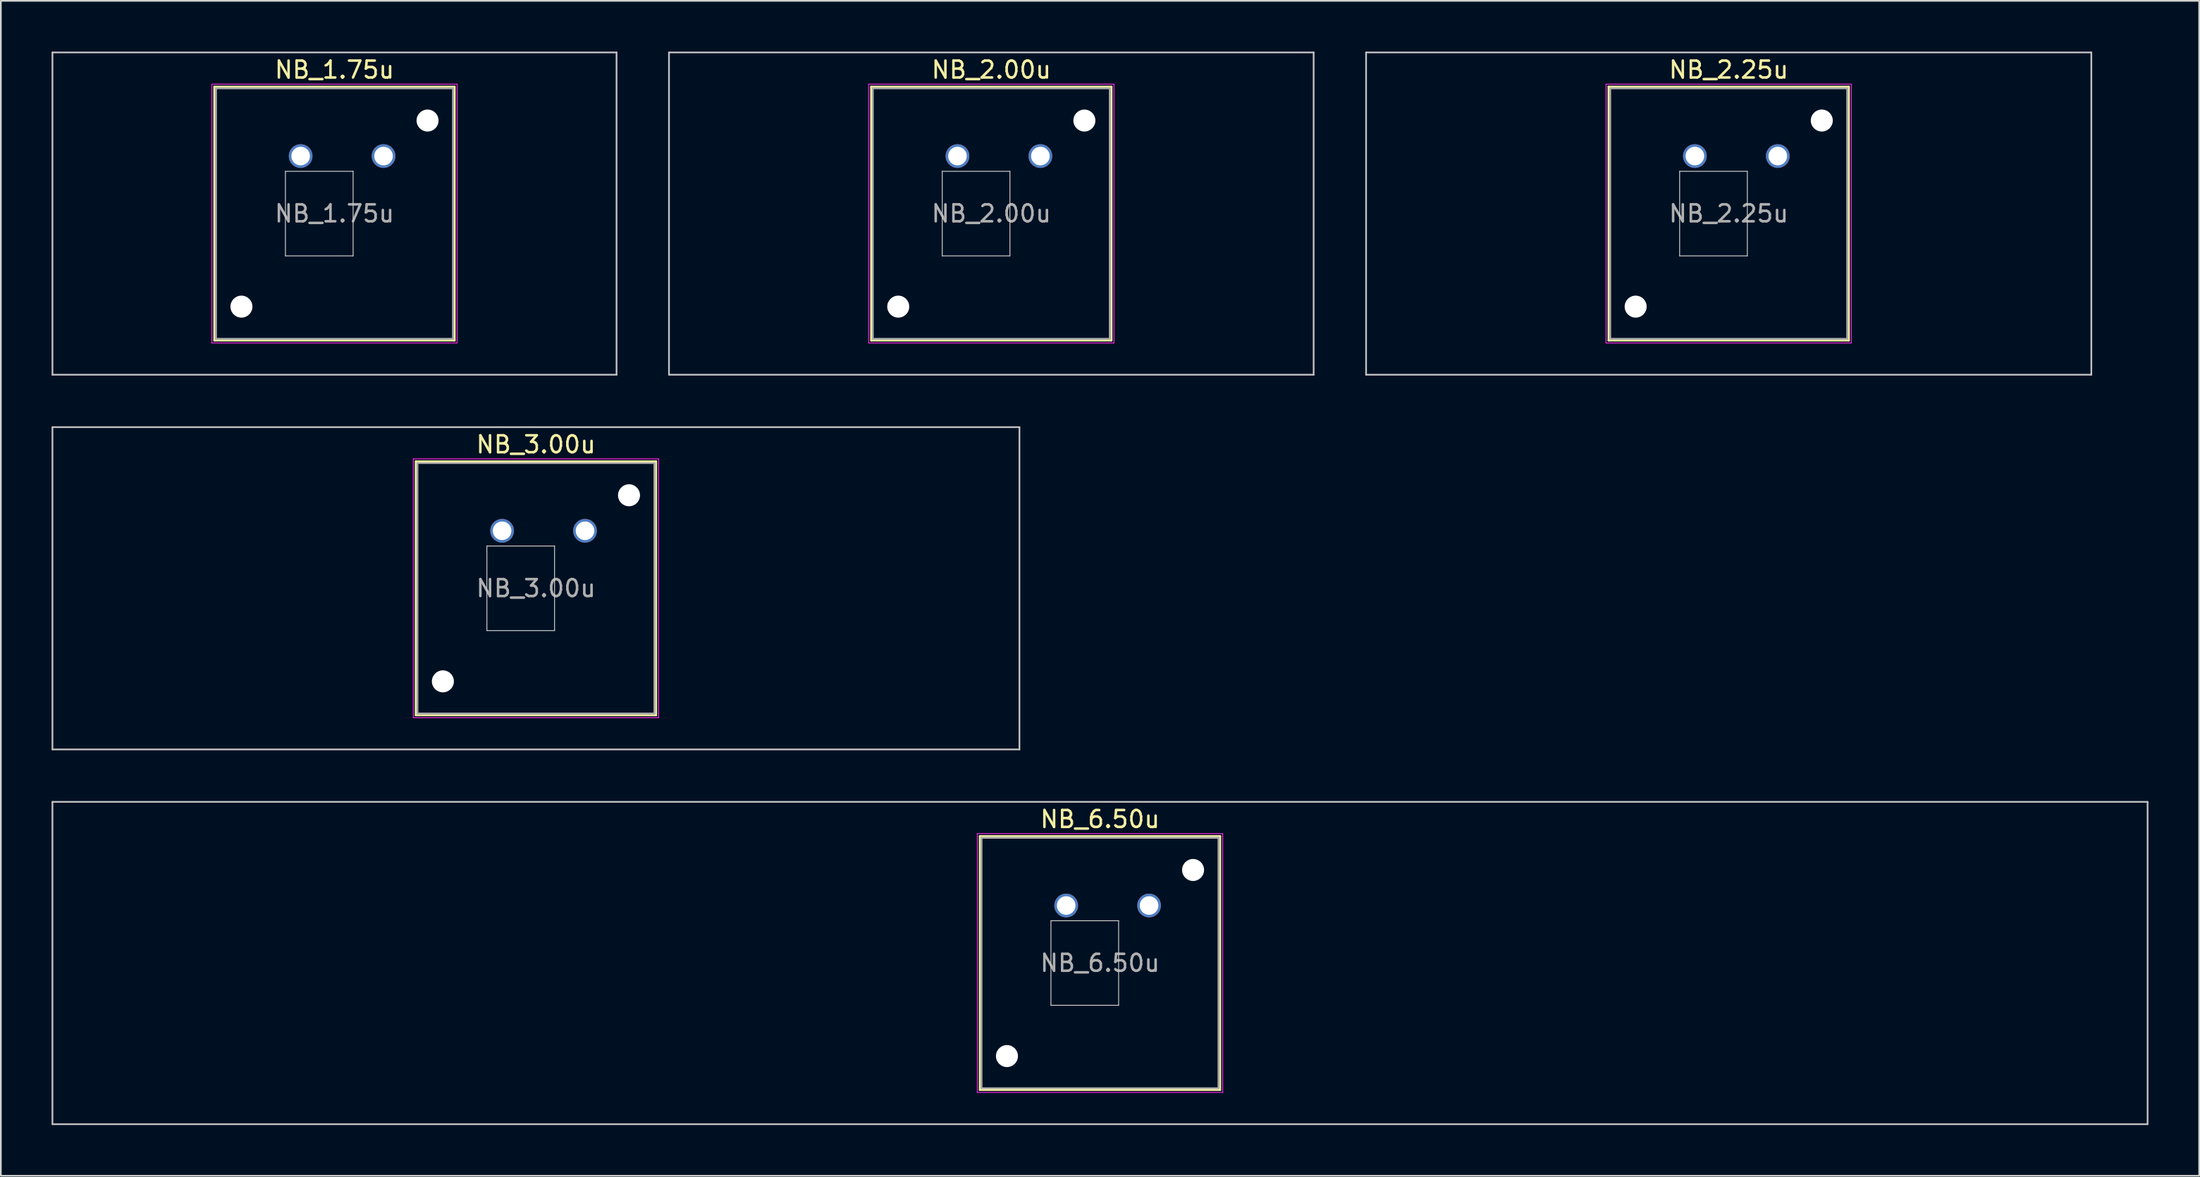
<source format=kicad_pcb>
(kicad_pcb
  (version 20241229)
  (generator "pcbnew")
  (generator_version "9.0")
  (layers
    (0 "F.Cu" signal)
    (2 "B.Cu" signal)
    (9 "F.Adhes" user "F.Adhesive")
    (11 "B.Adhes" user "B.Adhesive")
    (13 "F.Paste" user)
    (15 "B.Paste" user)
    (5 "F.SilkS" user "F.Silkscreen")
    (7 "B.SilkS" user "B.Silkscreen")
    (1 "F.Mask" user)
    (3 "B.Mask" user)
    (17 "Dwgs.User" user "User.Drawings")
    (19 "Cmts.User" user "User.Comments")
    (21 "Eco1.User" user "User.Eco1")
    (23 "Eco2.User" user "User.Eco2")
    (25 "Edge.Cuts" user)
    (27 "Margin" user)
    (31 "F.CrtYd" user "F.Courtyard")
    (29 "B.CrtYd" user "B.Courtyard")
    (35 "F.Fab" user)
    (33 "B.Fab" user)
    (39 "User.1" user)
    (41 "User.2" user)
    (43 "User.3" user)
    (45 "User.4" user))
  (footprint "NB_1.75u"
    (layer "F.Cu")
    (at 16.719 9.575)
    (property "Reference" "NB_1.75u" (at 0 -8.5 0) (layer "F.SilkS") (effects (font (size 1 1) (thickness 0.15))))
    (attr through_hole)
    (fp_line (start -7.1 -7.5) (end -7.1 7.5) (stroke (width 0.12) (type solid)) (layer "F.SilkS"))
    (fp_line (start -7.1 7.5) (end 7.1 7.5) (stroke (width 0.12) (type solid)) (layer "F.SilkS"))
    (fp_line (start 7.1 -7.5) (end -7.1 -7.5) (stroke (width 0.12) (type solid)) (layer "F.SilkS"))
    (fp_line (start 7.1 7.5) (end 7.1 -7.5) (stroke (width 0.12) (type solid)) (layer "F.SilkS"))
    (fp_line (start -16.669 -9.525) (end -16.669 9.525) (stroke (width 0.1) (type solid)) (layer "Dwgs.User"))
    (fp_line (start -16.669 9.525) (end 16.669 9.525) (stroke (width 0.1) (type solid)) (layer "Dwgs.User"))
    (fp_line (start 16.669 -9.525) (end -16.669 -9.525) (stroke (width 0.1) (type solid)) (layer "Dwgs.User"))
    (fp_line (start 16.669 9.525) (end 16.669 -9.525) (stroke (width 0.1) (type solid)) (layer "Dwgs.User"))
    (fp_line (start -8 -8) (end -8 8) (stroke (width 0.1) (type solid)) (layer "Eco1.User"))
    (fp_line (start -8 8) (end 8 8) (stroke (width 0.1) (type solid)) (layer "Eco1.User"))
    (fp_line (start 8 -8) (end -8 -8) (stroke (width 0.1) (type solid)) (layer "Eco1.User"))
    (fp_line (start 8 8) (end 8 -8) (stroke (width 0.1) (type solid)) (layer "Eco1.User"))
    (fp_line (start -2.9 -2.5) (end 1.1 -2.5) (stroke (width 0.05) (type solid)) (layer "Edge.Cuts"))
    (fp_line (start -2.9 2.5) (end -2.9 -2.5) (stroke (width 0.05) (type solid)) (layer "Edge.Cuts"))
    (fp_line (start 1.1 -2.5) (end 1.1 2.5) (stroke (width 0.05) (type solid)) (layer "Edge.Cuts"))
    (fp_line (start 1.1 2.5) (end -2.9 2.5) (stroke (width 0.05) (type solid)) (layer "Edge.Cuts"))
    (fp_line (start -7.25 -7.65) (end -7.25 7.65) (stroke (width 0.05) (type solid)) (layer "F.CrtYd"))
    (fp_line (start -7.25 7.65) (end 7.25 7.65) (stroke (width 0.05) (type solid)) (layer "F.CrtYd"))
    (fp_line (start 7.25 -7.65) (end -7.25 -7.65) (stroke (width 0.05) (type solid)) (layer "F.CrtYd"))
    (fp_line (start 7.25 7.65) (end 7.25 -7.65) (stroke (width 0.05) (type solid)) (layer "F.CrtYd"))
    (fp_line (start -7 -7.4) (end -7 7.4) (stroke (width 0.1) (type solid)) (layer "F.Fab"))
    (fp_line (start -7 7.4) (end 7 7.4) (stroke (width 0.1) (type solid)) (layer "F.Fab"))
    (fp_line (start 7 -7.4) (end -7 -7.4) (stroke (width 0.1) (type solid)) (layer "F.Fab"))
    (fp_line (start 7 7.4) (end 7 -7.4) (stroke (width 0.1) (type solid)) (layer "F.Fab"))
    (fp_text user "${REFERENCE}" (at 0 0 0) (layer "F.Fab") (effects (font (size 1 1) (thickness 0.15))))
    (pad "" np_thru_hole circle (at -5.5 5.5) (size 1.3 1.3) (drill 1.3) (layers "*.Cu" "*.Mask"))
    (pad "" np_thru_hole circle (at 5.5 -5.5) (size 1.3 1.3) (drill 1.3) (layers "*.Cu" "*.Mask"))
    (pad "1" thru_hole circle (at -2 -3.4) (size 1.4 1.4) (drill 1.1) (layers "*.Cu" "*.Mask"))
    (pad "2" thru_hole circle (at 2.9 -3.4) (size 1.4 1.4) (drill 1.1) (layers "*.Cu" "*.Mask")))
  (footprint "NB_6.50u"
    (layer "F.Cu")
    (at 61.962 53.875)
    (property "Reference" "NB_6.50u" (at 0 -8.5 0) (layer "F.SilkS") (effects (font (size 1 1) (thickness 0.15))))
    (attr through_hole)
    (fp_line (start -7.1 -7.5) (end -7.1 7.5) (stroke (width 0.12) (type solid)) (layer "F.SilkS"))
    (fp_line (start -7.1 7.5) (end 7.1 7.5) (stroke (width 0.12) (type solid)) (layer "F.SilkS"))
    (fp_line (start 7.1 -7.5) (end -7.1 -7.5) (stroke (width 0.12) (type solid)) (layer "F.SilkS"))
    (fp_line (start 7.1 7.5) (end 7.1 -7.5) (stroke (width 0.12) (type solid)) (layer "F.SilkS"))
    (fp_line (start -61.913 -9.525) (end -61.913 9.525) (stroke (width 0.1) (type solid)) (layer "Dwgs.User"))
    (fp_line (start -61.913 9.525) (end 61.913 9.525) (stroke (width 0.1) (type solid)) (layer "Dwgs.User"))
    (fp_line (start 61.913 -9.525) (end -61.913 -9.525) (stroke (width 0.1) (type solid)) (layer "Dwgs.User"))
    (fp_line (start 61.913 9.525) (end 61.913 -9.525) (stroke (width 0.1) (type solid)) (layer "Dwgs.User"))
    (fp_line (start -8 -8) (end -8 8) (stroke (width 0.1) (type solid)) (layer "Eco1.User"))
    (fp_line (start -8 8) (end 8 8) (stroke (width 0.1) (type solid)) (layer "Eco1.User"))
    (fp_line (start 8 -8) (end -8 -8) (stroke (width 0.1) (type solid)) (layer "Eco1.User"))
    (fp_line (start 8 8) (end 8 -8) (stroke (width 0.1) (type solid)) (layer "Eco1.User"))
    (fp_line (start -2.9 -2.5) (end 1.1 -2.5) (stroke (width 0.05) (type solid)) (layer "Edge.Cuts"))
    (fp_line (start -2.9 2.5) (end -2.9 -2.5) (stroke (width 0.05) (type solid)) (layer "Edge.Cuts"))
    (fp_line (start 1.1 -2.5) (end 1.1 2.5) (stroke (width 0.05) (type solid)) (layer "Edge.Cuts"))
    (fp_line (start 1.1 2.5) (end -2.9 2.5) (stroke (width 0.05) (type solid)) (layer "Edge.Cuts"))
    (fp_line (start -7.25 -7.65) (end -7.25 7.65) (stroke (width 0.05) (type solid)) (layer "F.CrtYd"))
    (fp_line (start -7.25 7.65) (end 7.25 7.65) (stroke (width 0.05) (type solid)) (layer "F.CrtYd"))
    (fp_line (start 7.25 -7.65) (end -7.25 -7.65) (stroke (width 0.05) (type solid)) (layer "F.CrtYd"))
    (fp_line (start 7.25 7.65) (end 7.25 -7.65) (stroke (width 0.05) (type solid)) (layer "F.CrtYd"))
    (fp_line (start -7 -7.4) (end -7 7.4) (stroke (width 0.1) (type solid)) (layer "F.Fab"))
    (fp_line (start -7 7.4) (end 7 7.4) (stroke (width 0.1) (type solid)) (layer "F.Fab"))
    (fp_line (start 7 -7.4) (end -7 -7.4) (stroke (width 0.1) (type solid)) (layer "F.Fab"))
    (fp_line (start 7 7.4) (end 7 -7.4) (stroke (width 0.1) (type solid)) (layer "F.Fab"))
    (fp_text user "${REFERENCE}" (at 0 0 0) (layer "F.Fab") (effects (font (size 1 1) (thickness 0.15))))
    (pad "" np_thru_hole circle (at -5.5 5.5) (size 1.3 1.3) (drill 1.3) (layers "*.Cu" "*.Mask"))
    (pad "" np_thru_hole circle (at 5.5 -5.5) (size 1.3 1.3) (drill 1.3) (layers "*.Cu" "*.Mask"))
    (pad "1" thru_hole circle (at -2 -3.4) (size 1.4 1.4) (drill 1.1) (layers "*.Cu" "*.Mask"))
    (pad "2" thru_hole circle (at 2.9 -3.4) (size 1.4 1.4) (drill 1.1) (layers "*.Cu" "*.Mask")))
  (footprint "NB_2.00u"
    (layer "F.Cu")
    (at 55.538 9.575)
    (property "Reference" "NB_2.00u" (at 0 -8.5 0) (layer "F.SilkS") (effects (font (size 1 1) (thickness 0.15))))
    (attr through_hole)
    (fp_line (start -7.1 -7.5) (end -7.1 7.5) (stroke (width 0.12) (type solid)) (layer "F.SilkS"))
    (fp_line (start -7.1 7.5) (end 7.1 7.5) (stroke (width 0.12) (type solid)) (layer "F.SilkS"))
    (fp_line (start 7.1 -7.5) (end -7.1 -7.5) (stroke (width 0.12) (type solid)) (layer "F.SilkS"))
    (fp_line (start 7.1 7.5) (end 7.1 -7.5) (stroke (width 0.12) (type solid)) (layer "F.SilkS"))
    (fp_line (start -19.05 -9.525) (end -19.05 9.525) (stroke (width 0.1) (type solid)) (layer "Dwgs.User"))
    (fp_line (start -19.05 9.525) (end 19.05 9.525) (stroke (width 0.1) (type solid)) (layer "Dwgs.User"))
    (fp_line (start 19.05 -9.525) (end -19.05 -9.525) (stroke (width 0.1) (type solid)) (layer "Dwgs.User"))
    (fp_line (start 19.05 9.525) (end 19.05 -9.525) (stroke (width 0.1) (type solid)) (layer "Dwgs.User"))
    (fp_line (start -8 -8) (end -8 8) (stroke (width 0.1) (type solid)) (layer "Eco1.User"))
    (fp_line (start -8 8) (end 8 8) (stroke (width 0.1) (type solid)) (layer "Eco1.User"))
    (fp_line (start 8 -8) (end -8 -8) (stroke (width 0.1) (type solid)) (layer "Eco1.User"))
    (fp_line (start 8 8) (end 8 -8) (stroke (width 0.1) (type solid)) (layer "Eco1.User"))
    (fp_line (start -2.9 -2.5) (end 1.1 -2.5) (stroke (width 0.05) (type solid)) (layer "Edge.Cuts"))
    (fp_line (start -2.9 2.5) (end -2.9 -2.5) (stroke (width 0.05) (type solid)) (layer "Edge.Cuts"))
    (fp_line (start 1.1 -2.5) (end 1.1 2.5) (stroke (width 0.05) (type solid)) (layer "Edge.Cuts"))
    (fp_line (start 1.1 2.5) (end -2.9 2.5) (stroke (width 0.05) (type solid)) (layer "Edge.Cuts"))
    (fp_line (start -7.25 -7.65) (end -7.25 7.65) (stroke (width 0.05) (type solid)) (layer "F.CrtYd"))
    (fp_line (start -7.25 7.65) (end 7.25 7.65) (stroke (width 0.05) (type solid)) (layer "F.CrtYd"))
    (fp_line (start 7.25 -7.65) (end -7.25 -7.65) (stroke (width 0.05) (type solid)) (layer "F.CrtYd"))
    (fp_line (start 7.25 7.65) (end 7.25 -7.65) (stroke (width 0.05) (type solid)) (layer "F.CrtYd"))
    (fp_line (start -7 -7.4) (end -7 7.4) (stroke (width 0.1) (type solid)) (layer "F.Fab"))
    (fp_line (start -7 7.4) (end 7 7.4) (stroke (width 0.1) (type solid)) (layer "F.Fab"))
    (fp_line (start 7 -7.4) (end -7 -7.4) (stroke (width 0.1) (type solid)) (layer "F.Fab"))
    (fp_line (start 7 7.4) (end 7 -7.4) (stroke (width 0.1) (type solid)) (layer "F.Fab"))
    (fp_text user "${REFERENCE}" (at 0 0 0) (layer "F.Fab") (effects (font (size 1 1) (thickness 0.15))))
    (pad "" np_thru_hole circle (at -5.5 5.5) (size 1.3 1.3) (drill 1.3) (layers "*.Cu" "*.Mask"))
    (pad "" np_thru_hole circle (at 5.5 -5.5) (size 1.3 1.3) (drill 1.3) (layers "*.Cu" "*.Mask"))
    (pad "1" thru_hole circle (at -2 -3.4) (size 1.4 1.4) (drill 1.1) (layers "*.Cu" "*.Mask"))
    (pad "2" thru_hole circle (at 2.9 -3.4) (size 1.4 1.4) (drill 1.1) (layers "*.Cu" "*.Mask")))
  (footprint "NB_2.25u"
    (layer "F.Cu")
    (at 99.119 9.575)
    (property "Reference" "NB_2.25u" (at 0 -8.5 0) (layer "F.SilkS") (effects (font (size 1 1) (thickness 0.15))))
    (attr through_hole)
    (fp_line (start -7.1 -7.5) (end -7.1 7.5) (stroke (width 0.12) (type solid)) (layer "F.SilkS"))
    (fp_line (start -7.1 7.5) (end 7.1 7.5) (stroke (width 0.12) (type solid)) (layer "F.SilkS"))
    (fp_line (start 7.1 -7.5) (end -7.1 -7.5) (stroke (width 0.12) (type solid)) (layer "F.SilkS"))
    (fp_line (start 7.1 7.5) (end 7.1 -7.5) (stroke (width 0.12) (type solid)) (layer "F.SilkS"))
    (fp_line (start -21.431 -9.525) (end -21.431 9.525) (stroke (width 0.1) (type solid)) (layer "Dwgs.User"))
    (fp_line (start -21.431 9.525) (end 21.431 9.525) (stroke (width 0.1) (type solid)) (layer "Dwgs.User"))
    (fp_line (start 21.431 -9.525) (end -21.431 -9.525) (stroke (width 0.1) (type solid)) (layer "Dwgs.User"))
    (fp_line (start 21.431 9.525) (end 21.431 -9.525) (stroke (width 0.1) (type solid)) (layer "Dwgs.User"))
    (fp_line (start -8 -8) (end -8 8) (stroke (width 0.1) (type solid)) (layer "Eco1.User"))
    (fp_line (start -8 8) (end 8 8) (stroke (width 0.1) (type solid)) (layer "Eco1.User"))
    (fp_line (start 8 -8) (end -8 -8) (stroke (width 0.1) (type solid)) (layer "Eco1.User"))
    (fp_line (start 8 8) (end 8 -8) (stroke (width 0.1) (type solid)) (layer "Eco1.User"))
    (fp_line (start -2.9 -2.5) (end 1.1 -2.5) (stroke (width 0.05) (type solid)) (layer "Edge.Cuts"))
    (fp_line (start -2.9 2.5) (end -2.9 -2.5) (stroke (width 0.05) (type solid)) (layer "Edge.Cuts"))
    (fp_line (start 1.1 -2.5) (end 1.1 2.5) (stroke (width 0.05) (type solid)) (layer "Edge.Cuts"))
    (fp_line (start 1.1 2.5) (end -2.9 2.5) (stroke (width 0.05) (type solid)) (layer "Edge.Cuts"))
    (fp_line (start -7.25 -7.65) (end -7.25 7.65) (stroke (width 0.05) (type solid)) (layer "F.CrtYd"))
    (fp_line (start -7.25 7.65) (end 7.25 7.65) (stroke (width 0.05) (type solid)) (layer "F.CrtYd"))
    (fp_line (start 7.25 -7.65) (end -7.25 -7.65) (stroke (width 0.05) (type solid)) (layer "F.CrtYd"))
    (fp_line (start 7.25 7.65) (end 7.25 -7.65) (stroke (width 0.05) (type solid)) (layer "F.CrtYd"))
    (fp_line (start -7 -7.4) (end -7 7.4) (stroke (width 0.1) (type solid)) (layer "F.Fab"))
    (fp_line (start -7 7.4) (end 7 7.4) (stroke (width 0.1) (type solid)) (layer "F.Fab"))
    (fp_line (start 7 -7.4) (end -7 -7.4) (stroke (width 0.1) (type solid)) (layer "F.Fab"))
    (fp_line (start 7 7.4) (end 7 -7.4) (stroke (width 0.1) (type solid)) (layer "F.Fab"))
    (fp_text user "${REFERENCE}" (at 0 0 0) (layer "F.Fab") (effects (font (size 1 1) (thickness 0.15))))
    (pad "" np_thru_hole circle (at -5.5 5.5) (size 1.3 1.3) (drill 1.3) (layers "*.Cu" "*.Mask"))
    (pad "" np_thru_hole circle (at 5.5 -5.5) (size 1.3 1.3) (drill 1.3) (layers "*.Cu" "*.Mask"))
    (pad "1" thru_hole circle (at -2 -3.4) (size 1.4 1.4) (drill 1.1) (layers "*.Cu" "*.Mask"))
    (pad "2" thru_hole circle (at 2.9 -3.4) (size 1.4 1.4) (drill 1.1) (layers "*.Cu" "*.Mask")))
  (footprint "NB_3.00u"
    (layer "F.Cu")
    (at 28.625 31.725)
    (property "Reference" "NB_3.00u" (at 0 -8.5 0) (layer "F.SilkS") (effects (font (size 1 1) (thickness 0.15))))
    (attr through_hole)
    (fp_line (start -7.1 -7.5) (end -7.1 7.5) (stroke (width 0.12) (type solid)) (layer "F.SilkS"))
    (fp_line (start -7.1 7.5) (end 7.1 7.5) (stroke (width 0.12) (type solid)) (layer "F.SilkS"))
    (fp_line (start 7.1 -7.5) (end -7.1 -7.5) (stroke (width 0.12) (type solid)) (layer "F.SilkS"))
    (fp_line (start 7.1 7.5) (end 7.1 -7.5) (stroke (width 0.12) (type solid)) (layer "F.SilkS"))
    (fp_line (start -28.575 -9.525) (end -28.575 9.525) (stroke (width 0.1) (type solid)) (layer "Dwgs.User"))
    (fp_line (start -28.575 9.525) (end 28.575 9.525) (stroke (width 0.1) (type solid)) (layer "Dwgs.User"))
    (fp_line (start 28.575 -9.525) (end -28.575 -9.525) (stroke (width 0.1) (type solid)) (layer "Dwgs.User"))
    (fp_line (start 28.575 9.525) (end 28.575 -9.525) (stroke (width 0.1) (type solid)) (layer "Dwgs.User"))
    (fp_line (start -8 -8) (end -8 8) (stroke (width 0.1) (type solid)) (layer "Eco1.User"))
    (fp_line (start -8 8) (end 8 8) (stroke (width 0.1) (type solid)) (layer "Eco1.User"))
    (fp_line (start 8 -8) (end -8 -8) (stroke (width 0.1) (type solid)) (layer "Eco1.User"))
    (fp_line (start 8 8) (end 8 -8) (stroke (width 0.1) (type solid)) (layer "Eco1.User"))
    (fp_line (start -2.9 -2.5) (end 1.1 -2.5) (stroke (width 0.05) (type solid)) (layer "Edge.Cuts"))
    (fp_line (start -2.9 2.5) (end -2.9 -2.5) (stroke (width 0.05) (type solid)) (layer "Edge.Cuts"))
    (fp_line (start 1.1 -2.5) (end 1.1 2.5) (stroke (width 0.05) (type solid)) (layer "Edge.Cuts"))
    (fp_line (start 1.1 2.5) (end -2.9 2.5) (stroke (width 0.05) (type solid)) (layer "Edge.Cuts"))
    (fp_line (start -7.25 -7.65) (end -7.25 7.65) (stroke (width 0.05) (type solid)) (layer "F.CrtYd"))
    (fp_line (start -7.25 7.65) (end 7.25 7.65) (stroke (width 0.05) (type solid)) (layer "F.CrtYd"))
    (fp_line (start 7.25 -7.65) (end -7.25 -7.65) (stroke (width 0.05) (type solid)) (layer "F.CrtYd"))
    (fp_line (start 7.25 7.65) (end 7.25 -7.65) (stroke (width 0.05) (type solid)) (layer "F.CrtYd"))
    (fp_line (start -7 -7.4) (end -7 7.4) (stroke (width 0.1) (type solid)) (layer "F.Fab"))
    (fp_line (start -7 7.4) (end 7 7.4) (stroke (width 0.1) (type solid)) (layer "F.Fab"))
    (fp_line (start 7 -7.4) (end -7 -7.4) (stroke (width 0.1) (type solid)) (layer "F.Fab"))
    (fp_line (start 7 7.4) (end 7 -7.4) (stroke (width 0.1) (type solid)) (layer "F.Fab"))
    (fp_text user "${REFERENCE}" (at 0 0 0) (layer "F.Fab") (effects (font (size 1 1) (thickness 0.15))))
    (pad "" np_thru_hole circle (at -5.5 5.5) (size 1.3 1.3) (drill 1.3) (layers "*.Cu" "*.Mask"))
    (pad "" np_thru_hole circle (at 5.5 -5.5) (size 1.3 1.3) (drill 1.3) (layers "*.Cu" "*.Mask"))
    (pad "1" thru_hole circle (at -2 -3.4) (size 1.4 1.4) (drill 1.1) (layers "*.Cu" "*.Mask"))
    (pad "2" thru_hole circle (at 2.9 -3.4) (size 1.4 1.4) (drill 1.1) (layers "*.Cu" "*.Mask")))
  (gr_rect
    (start -3 -3)
    (end 126.925 66.45)
    (stroke (width 0.1) (type default))
    (fill no)
    (layer "Edge.Cuts")))
</source>
